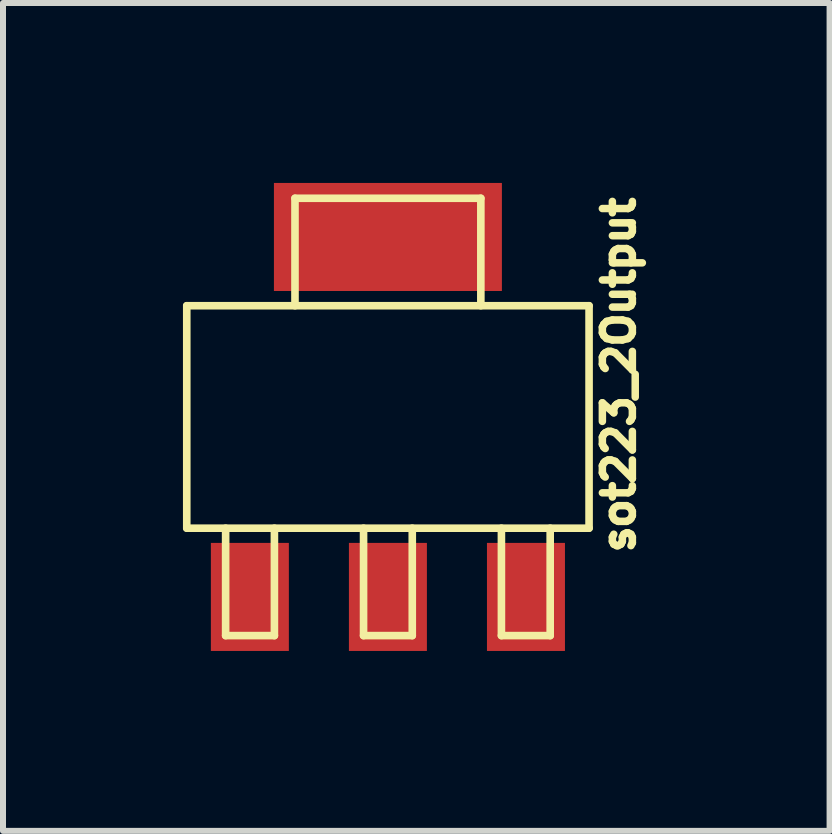
<source format=kicad_pcb>
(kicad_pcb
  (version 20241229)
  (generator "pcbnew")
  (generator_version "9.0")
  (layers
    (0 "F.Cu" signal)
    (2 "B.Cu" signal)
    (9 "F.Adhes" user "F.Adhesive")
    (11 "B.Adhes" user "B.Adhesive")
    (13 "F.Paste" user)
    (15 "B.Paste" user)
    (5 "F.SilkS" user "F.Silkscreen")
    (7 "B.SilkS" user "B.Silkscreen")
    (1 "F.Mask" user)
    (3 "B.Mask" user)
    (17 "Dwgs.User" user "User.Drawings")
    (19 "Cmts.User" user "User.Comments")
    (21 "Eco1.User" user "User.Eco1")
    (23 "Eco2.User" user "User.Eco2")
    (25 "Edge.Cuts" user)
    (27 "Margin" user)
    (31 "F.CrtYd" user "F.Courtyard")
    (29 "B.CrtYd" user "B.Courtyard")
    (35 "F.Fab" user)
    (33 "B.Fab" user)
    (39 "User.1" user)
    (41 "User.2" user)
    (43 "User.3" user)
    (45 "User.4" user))
  (footprint "sot223_2Output"
    (layer "F.Cu")
    (at 3.416 3.9)
    (property "Reference" "sot223_2Output" (at 3.85 -0.7 90) (layer "F.SilkS") (effects (font (size 0.5 0.5) (thickness 0.125))))
    (attr through_hole)
    (fp_line (start -3.353 -1.854) (end 3.353 -1.854) (stroke (width 0.127) (type solid)) (layer "F.SilkS"))
    (fp_line (start -3.353 1.854) (end -3.353 -1.854) (stroke (width 0.127) (type solid)) (layer "F.SilkS"))
    (fp_line (start -2.705 3.645) (end -2.705 1.854) (stroke (width 0.127) (type solid)) (layer "F.SilkS"))
    (fp_line (start -2.705 3.645) (end -1.892 3.645) (stroke (width 0.127) (type solid)) (layer "F.SilkS"))
    (fp_line (start -1.892 3.645) (end -1.892 1.854) (stroke (width 0.127) (type solid)) (layer "F.SilkS"))
    (fp_line (start -1.549 -3.645) (end -1.549 -1.854) (stroke (width 0.127) (type solid)) (layer "F.SilkS"))
    (fp_line (start -1.549 -3.645) (end 1.549 -3.645) (stroke (width 0.127) (type solid)) (layer "F.SilkS"))
    (fp_line (start -0.406 3.645) (end -0.406 1.854) (stroke (width 0.127) (type solid)) (layer "F.SilkS"))
    (fp_line (start -0.406 3.645) (end 0.406 3.645) (stroke (width 0.127) (type solid)) (layer "F.SilkS"))
    (fp_line (start 0.406 3.645) (end 0.406 1.854) (stroke (width 0.127) (type solid)) (layer "F.SilkS"))
    (fp_line (start 1.549 -3.645) (end 1.549 -1.854) (stroke (width 0.127) (type solid)) (layer "F.SilkS"))
    (fp_line (start 1.892 3.645) (end 1.892 1.854) (stroke (width 0.127) (type solid)) (layer "F.SilkS"))
    (fp_line (start 1.892 3.645) (end 2.705 3.645) (stroke (width 0.127) (type solid)) (layer "F.SilkS"))
    (fp_line (start 2.705 3.645) (end 2.705 1.854) (stroke (width 0.127) (type solid)) (layer "F.SilkS"))
    (fp_line (start 3.353 -1.854) (end 3.353 1.854) (stroke (width 0.127) (type solid)) (layer "F.SilkS"))
    (fp_line (start 3.353 1.854) (end -3.353 1.854) (stroke (width 0.127) (type solid)) (layer "F.SilkS"))
    (pad "1" smd rect (at -2.301 3) (size 1.3 1.801) (layers "F.Cu" "F.Mask" "F.Paste"))
    (pad "2" smd rect (at 0 -3) (size 3.8 1.801) (layers "F.Cu" "F.Mask" "F.Paste"))
    (pad "2" smd rect (at 0 3) (size 1.3 1.801) (layers "F.Cu" "F.Mask" "F.Paste"))
    (pad "3" smd rect (at 2.301 3) (size 1.3 1.801) (layers "F.Cu" "F.Mask" "F.Paste")))
  (gr_rect
    (start -3 -3)
    (end 10.778 10.8)
    (stroke (width 0.1) (type default))
    (fill no)
    (layer "Edge.Cuts")))
</source>
